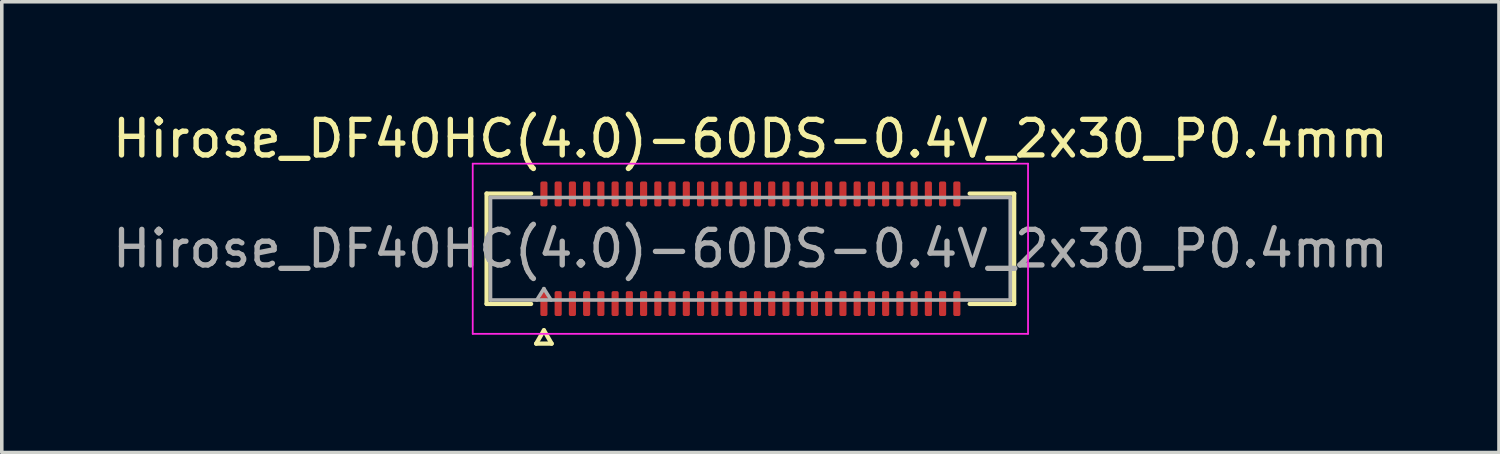
<source format=kicad_pcb>
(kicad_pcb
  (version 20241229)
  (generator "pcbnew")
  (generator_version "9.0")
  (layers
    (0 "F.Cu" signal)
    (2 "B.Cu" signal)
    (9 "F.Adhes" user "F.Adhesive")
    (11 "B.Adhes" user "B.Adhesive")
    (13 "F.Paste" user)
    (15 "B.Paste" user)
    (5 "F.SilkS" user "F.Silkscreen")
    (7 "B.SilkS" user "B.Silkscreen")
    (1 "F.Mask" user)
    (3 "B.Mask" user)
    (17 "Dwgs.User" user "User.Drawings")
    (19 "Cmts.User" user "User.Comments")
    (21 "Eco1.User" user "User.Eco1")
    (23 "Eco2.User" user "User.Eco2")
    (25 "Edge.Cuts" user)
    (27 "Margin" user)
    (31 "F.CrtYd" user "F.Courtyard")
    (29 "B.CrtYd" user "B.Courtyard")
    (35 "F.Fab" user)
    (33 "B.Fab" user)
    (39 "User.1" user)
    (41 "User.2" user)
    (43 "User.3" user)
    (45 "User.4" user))
  (footprint "Hirose_DF40HC(4.0)-60DS-0.4V_2x30_P0.4mm"
    (layer "F.Cu")
    (at 18.03 3.938)
    (property "Reference" "Hirose_DF40HC(4.0)-60DS-0.4V_2x30_P0.4mm" (at 0 -3.09 0) (layer "F.SilkS") (effects (font (size 1 1) (thickness 0.15))))
    (attr smd)
    (fp_line (start -7.41 -1.55) (end -6.16 -1.55) (stroke (width 0.12) (type solid)) (layer "F.SilkS"))
    (fp_line (start -7.41 1.55) (end -7.41 -1.55) (stroke (width 0.12) (type solid)) (layer "F.SilkS"))
    (fp_line (start -6.16 1.55) (end -7.41 1.55) (stroke (width 0.12) (type solid)) (layer "F.SilkS"))
    (fp_line (start -6.017 2.665) (end -5.8 2.29) (stroke (width 0.12) (type solid)) (layer "F.SilkS"))
    (fp_line (start -5.8 2.29) (end -5.583 2.665) (stroke (width 0.12) (type solid)) (layer "F.SilkS"))
    (fp_line (start -5.583 2.665) (end -6.017 2.665) (stroke (width 0.12) (type solid)) (layer "F.SilkS"))
    (fp_line (start 6.16 -1.55) (end 7.41 -1.55) (stroke (width 0.12) (type solid)) (layer "F.SilkS"))
    (fp_line (start 7.41 -1.55) (end 7.41 1.55) (stroke (width 0.12) (type solid)) (layer "F.SilkS"))
    (fp_line (start 7.41 1.55) (end 6.16 1.55) (stroke (width 0.12) (type solid)) (layer "F.SilkS"))
    (fp_line (start -7.8 -2.39) (end -7.8 2.39) (stroke (width 0.05) (type solid)) (layer "F.CrtYd"))
    (fp_line (start -7.8 2.39) (end 7.8 2.39) (stroke (width 0.05) (type solid)) (layer "F.CrtYd"))
    (fp_line (start 7.8 -2.39) (end -7.8 -2.39) (stroke (width 0.05) (type solid)) (layer "F.CrtYd"))
    (fp_line (start 7.8 2.39) (end 7.8 -2.39) (stroke (width 0.05) (type solid)) (layer "F.CrtYd"))
    (fp_line (start -7.3 -1.44) (end 7.3 -1.44) (stroke (width 0.1) (type solid)) (layer "F.Fab"))
    (fp_line (start -7.3 1.44) (end -7.3 -1.44) (stroke (width 0.1) (type solid)) (layer "F.Fab"))
    (fp_line (start -6 1.44) (end -5.8 1.12) (stroke (width 0.1) (type solid)) (layer "F.Fab"))
    (fp_line (start -5.8 1.12) (end -5.6 1.44) (stroke (width 0.1) (type solid)) (layer "F.Fab"))
    (fp_line (start 7.3 -1.44) (end 7.3 1.44) (stroke (width 0.1) (type solid)) (layer "F.Fab"))
    (fp_line (start 7.3 1.44) (end -7.3 1.44) (stroke (width 0.1) (type solid)) (layer "F.Fab"))
    (fp_text user "${REFERENCE}" (at 0 0 0) (layer "F.Fab") (effects (font (size 1 1) (thickness 0.15))))
    (pad "1" smd roundrect (at -5.8 1.54) (size 0.2 0.7) (layers "F.Cu" "F.Mask" "F.Paste") (roundrect_rratio 0.25))
    (pad "2" smd roundrect (at -5.8 -1.54) (size 0.2 0.7) (layers "F.Cu" "F.Mask" "F.Paste") (roundrect_rratio 0.25))
    (pad "3" smd roundrect (at -5.4 1.54) (size 0.2 0.7) (layers "F.Cu" "F.Mask" "F.Paste") (roundrect_rratio 0.25))
    (pad "4" smd roundrect (at -5.4 -1.54) (size 0.2 0.7) (layers "F.Cu" "F.Mask" "F.Paste") (roundrect_rratio 0.25))
    (pad "5" smd roundrect (at -5 1.54) (size 0.2 0.7) (layers "F.Cu" "F.Mask" "F.Paste") (roundrect_rratio 0.25))
    (pad "6" smd roundrect (at -5 -1.54) (size 0.2 0.7) (layers "F.Cu" "F.Mask" "F.Paste") (roundrect_rratio 0.25))
    (pad "7" smd roundrect (at -4.6 1.54) (size 0.2 0.7) (layers "F.Cu" "F.Mask" "F.Paste") (roundrect_rratio 0.25))
    (pad "8" smd roundrect (at -4.6 -1.54) (size 0.2 0.7) (layers "F.Cu" "F.Mask" "F.Paste") (roundrect_rratio 0.25))
    (pad "9" smd roundrect (at -4.2 1.54) (size 0.2 0.7) (layers "F.Cu" "F.Mask" "F.Paste") (roundrect_rratio 0.25))
    (pad "10" smd roundrect (at -4.2 -1.54) (size 0.2 0.7) (layers "F.Cu" "F.Mask" "F.Paste") (roundrect_rratio 0.25))
    (pad "11" smd roundrect (at -3.8 1.54) (size 0.2 0.7) (layers "F.Cu" "F.Mask" "F.Paste") (roundrect_rratio 0.25))
    (pad "12" smd roundrect (at -3.8 -1.54) (size 0.2 0.7) (layers "F.Cu" "F.Mask" "F.Paste") (roundrect_rratio 0.25))
    (pad "13" smd roundrect (at -3.4 1.54) (size 0.2 0.7) (layers "F.Cu" "F.Mask" "F.Paste") (roundrect_rratio 0.25))
    (pad "14" smd roundrect (at -3.4 -1.54) (size 0.2 0.7) (layers "F.Cu" "F.Mask" "F.Paste") (roundrect_rratio 0.25))
    (pad "15" smd roundrect (at -3 1.54) (size 0.2 0.7) (layers "F.Cu" "F.Mask" "F.Paste") (roundrect_rratio 0.25))
    (pad "16" smd roundrect (at -3 -1.54) (size 0.2 0.7) (layers "F.Cu" "F.Mask" "F.Paste") (roundrect_rratio 0.25))
    (pad "17" smd roundrect (at -2.6 1.54) (size 0.2 0.7) (layers "F.Cu" "F.Mask" "F.Paste") (roundrect_rratio 0.25))
    (pad "18" smd roundrect (at -2.6 -1.54) (size 0.2 0.7) (layers "F.Cu" "F.Mask" "F.Paste") (roundrect_rratio 0.25))
    (pad "19" smd roundrect (at -2.2 1.54) (size 0.2 0.7) (layers "F.Cu" "F.Mask" "F.Paste") (roundrect_rratio 0.25))
    (pad "20" smd roundrect (at -2.2 -1.54) (size 0.2 0.7) (layers "F.Cu" "F.Mask" "F.Paste") (roundrect_rratio 0.25))
    (pad "21" smd roundrect (at -1.8 1.54) (size 0.2 0.7) (layers "F.Cu" "F.Mask" "F.Paste") (roundrect_rratio 0.25))
    (pad "22" smd roundrect (at -1.8 -1.54) (size 0.2 0.7) (layers "F.Cu" "F.Mask" "F.Paste") (roundrect_rratio 0.25))
    (pad "23" smd roundrect (at -1.4 1.54) (size 0.2 0.7) (layers "F.Cu" "F.Mask" "F.Paste") (roundrect_rratio 0.25))
    (pad "24" smd roundrect (at -1.4 -1.54) (size 0.2 0.7) (layers "F.Cu" "F.Mask" "F.Paste") (roundrect_rratio 0.25))
    (pad "25" smd roundrect (at -1 1.54) (size 0.2 0.7) (layers "F.Cu" "F.Mask" "F.Paste") (roundrect_rratio 0.25))
    (pad "26" smd roundrect (at -1 -1.54) (size 0.2 0.7) (layers "F.Cu" "F.Mask" "F.Paste") (roundrect_rratio 0.25))
    (pad "27" smd roundrect (at -0.6 1.54) (size 0.2 0.7) (layers "F.Cu" "F.Mask" "F.Paste") (roundrect_rratio 0.25))
    (pad "28" smd roundrect (at -0.6 -1.54) (size 0.2 0.7) (layers "F.Cu" "F.Mask" "F.Paste") (roundrect_rratio 0.25))
    (pad "29" smd roundrect (at -0.2 1.54) (size 0.2 0.7) (layers "F.Cu" "F.Mask" "F.Paste") (roundrect_rratio 0.25))
    (pad "30" smd roundrect (at -0.2 -1.54) (size 0.2 0.7) (layers "F.Cu" "F.Mask" "F.Paste") (roundrect_rratio 0.25))
    (pad "31" smd roundrect (at 0.2 1.54) (size 0.2 0.7) (layers "F.Cu" "F.Mask" "F.Paste") (roundrect_rratio 0.25))
    (pad "32" smd roundrect (at 0.2 -1.54) (size 0.2 0.7) (layers "F.Cu" "F.Mask" "F.Paste") (roundrect_rratio 0.25))
    (pad "33" smd roundrect (at 0.6 1.54) (size 0.2 0.7) (layers "F.Cu" "F.Mask" "F.Paste") (roundrect_rratio 0.25))
    (pad "34" smd roundrect (at 0.6 -1.54) (size 0.2 0.7) (layers "F.Cu" "F.Mask" "F.Paste") (roundrect_rratio 0.25))
    (pad "35" smd roundrect (at 1 1.54) (size 0.2 0.7) (layers "F.Cu" "F.Mask" "F.Paste") (roundrect_rratio 0.25))
    (pad "36" smd roundrect (at 1 -1.54) (size 0.2 0.7) (layers "F.Cu" "F.Mask" "F.Paste") (roundrect_rratio 0.25))
    (pad "37" smd roundrect (at 1.4 1.54) (size 0.2 0.7) (layers "F.Cu" "F.Mask" "F.Paste") (roundrect_rratio 0.25))
    (pad "38" smd roundrect (at 1.4 -1.54) (size 0.2 0.7) (layers "F.Cu" "F.Mask" "F.Paste") (roundrect_rratio 0.25))
    (pad "39" smd roundrect (at 1.8 1.54) (size 0.2 0.7) (layers "F.Cu" "F.Mask" "F.Paste") (roundrect_rratio 0.25))
    (pad "40" smd roundrect (at 1.8 -1.54) (size 0.2 0.7) (layers "F.Cu" "F.Mask" "F.Paste") (roundrect_rratio 0.25))
    (pad "41" smd roundrect (at 2.2 1.54) (size 0.2 0.7) (layers "F.Cu" "F.Mask" "F.Paste") (roundrect_rratio 0.25))
    (pad "42" smd roundrect (at 2.2 -1.54) (size 0.2 0.7) (layers "F.Cu" "F.Mask" "F.Paste") (roundrect_rratio 0.25))
    (pad "43" smd roundrect (at 2.6 1.54) (size 0.2 0.7) (layers "F.Cu" "F.Mask" "F.Paste") (roundrect_rratio 0.25))
    (pad "44" smd roundrect (at 2.6 -1.54) (size 0.2 0.7) (layers "F.Cu" "F.Mask" "F.Paste") (roundrect_rratio 0.25))
    (pad "45" smd roundrect (at 3 1.54) (size 0.2 0.7) (layers "F.Cu" "F.Mask" "F.Paste") (roundrect_rratio 0.25))
    (pad "46" smd roundrect (at 3 -1.54) (size 0.2 0.7) (layers "F.Cu" "F.Mask" "F.Paste") (roundrect_rratio 0.25))
    (pad "47" smd roundrect (at 3.4 1.54) (size 0.2 0.7) (layers "F.Cu" "F.Mask" "F.Paste") (roundrect_rratio 0.25))
    (pad "48" smd roundrect (at 3.4 -1.54) (size 0.2 0.7) (layers "F.Cu" "F.Mask" "F.Paste") (roundrect_rratio 0.25))
    (pad "49" smd roundrect (at 3.8 1.54) (size 0.2 0.7) (layers "F.Cu" "F.Mask" "F.Paste") (roundrect_rratio 0.25))
    (pad "50" smd roundrect (at 3.8 -1.54) (size 0.2 0.7) (layers "F.Cu" "F.Mask" "F.Paste") (roundrect_rratio 0.25))
    (pad "51" smd roundrect (at 4.2 1.54) (size 0.2 0.7) (layers "F.Cu" "F.Mask" "F.Paste") (roundrect_rratio 0.25))
    (pad "52" smd roundrect (at 4.2 -1.54) (size 0.2 0.7) (layers "F.Cu" "F.Mask" "F.Paste") (roundrect_rratio 0.25))
    (pad "53" smd roundrect (at 4.6 1.54) (size 0.2 0.7) (layers "F.Cu" "F.Mask" "F.Paste") (roundrect_rratio 0.25))
    (pad "54" smd roundrect (at 4.6 -1.54) (size 0.2 0.7) (layers "F.Cu" "F.Mask" "F.Paste") (roundrect_rratio 0.25))
    (pad "55" smd roundrect (at 5 1.54) (size 0.2 0.7) (layers "F.Cu" "F.Mask" "F.Paste") (roundrect_rratio 0.25))
    (pad "56" smd roundrect (at 5 -1.54) (size 0.2 0.7) (layers "F.Cu" "F.Mask" "F.Paste") (roundrect_rratio 0.25))
    (pad "57" smd roundrect (at 5.4 1.54) (size 0.2 0.7) (layers "F.Cu" "F.Mask" "F.Paste") (roundrect_rratio 0.25))
    (pad "58" smd roundrect (at 5.4 -1.54) (size 0.2 0.7) (layers "F.Cu" "F.Mask" "F.Paste") (roundrect_rratio 0.25))
    (pad "59" smd roundrect (at 5.8 1.54) (size 0.2 0.7) (layers "F.Cu" "F.Mask" "F.Paste") (roundrect_rratio 0.25))
    (pad "60" smd roundrect (at 5.8 -1.54) (size 0.2 0.7) (layers "F.Cu" "F.Mask" "F.Paste") (roundrect_rratio 0.25)))
  (gr_rect
    (start -3 -3)
    (end 39.06 9.663)
    (stroke (width 0.1) (type default))
    (fill no)
    (layer "Edge.Cuts")))
</source>
